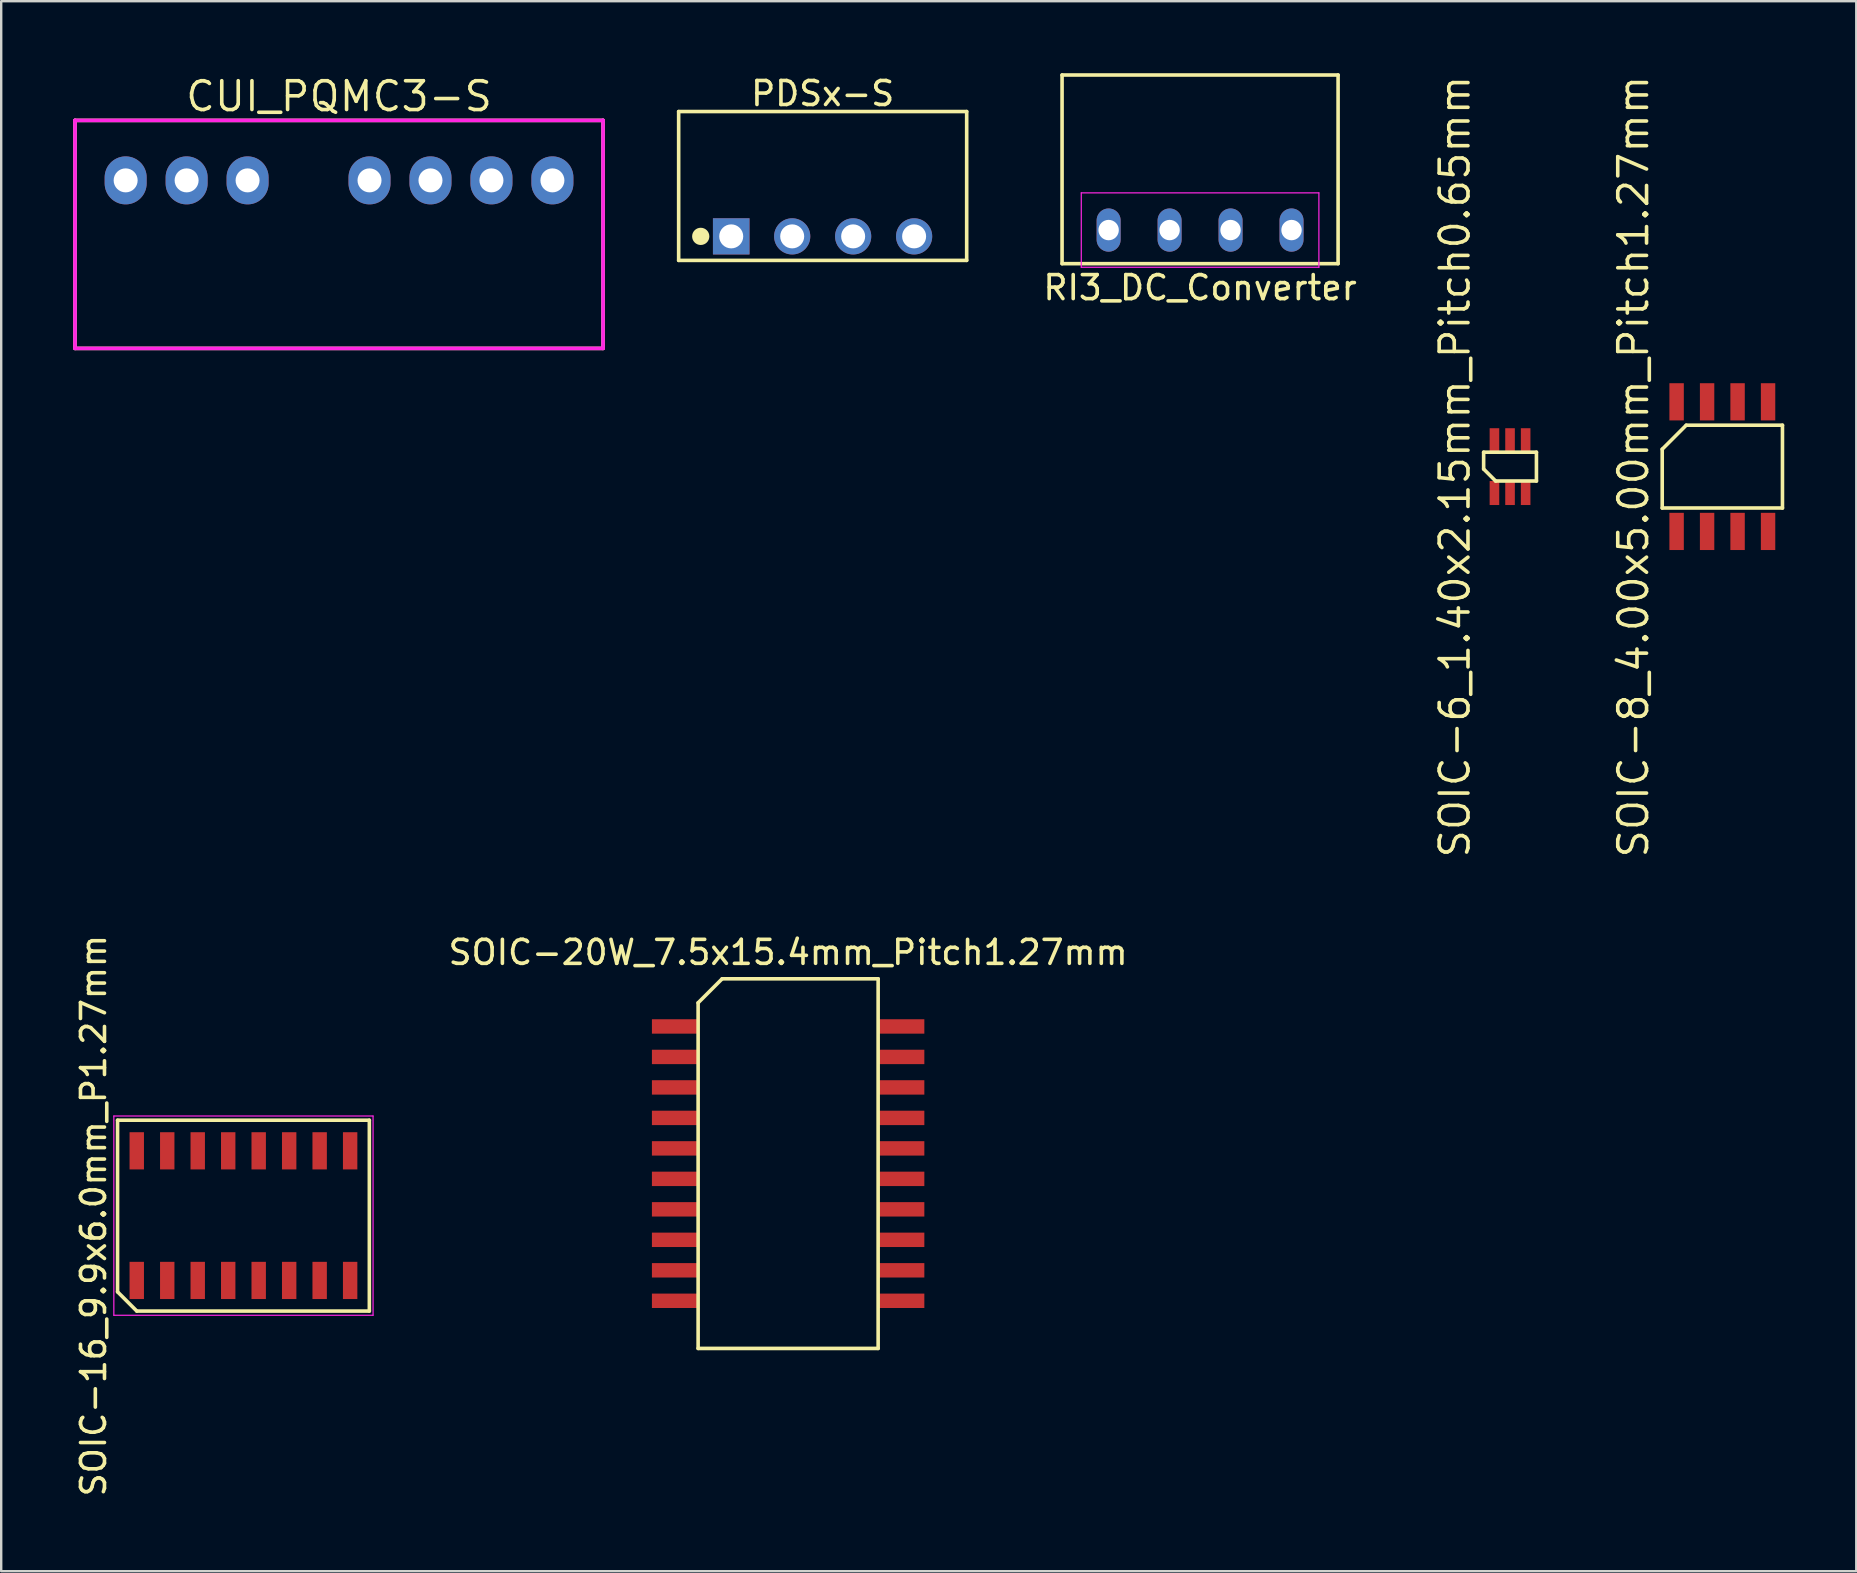
<source format=kicad_pcb>
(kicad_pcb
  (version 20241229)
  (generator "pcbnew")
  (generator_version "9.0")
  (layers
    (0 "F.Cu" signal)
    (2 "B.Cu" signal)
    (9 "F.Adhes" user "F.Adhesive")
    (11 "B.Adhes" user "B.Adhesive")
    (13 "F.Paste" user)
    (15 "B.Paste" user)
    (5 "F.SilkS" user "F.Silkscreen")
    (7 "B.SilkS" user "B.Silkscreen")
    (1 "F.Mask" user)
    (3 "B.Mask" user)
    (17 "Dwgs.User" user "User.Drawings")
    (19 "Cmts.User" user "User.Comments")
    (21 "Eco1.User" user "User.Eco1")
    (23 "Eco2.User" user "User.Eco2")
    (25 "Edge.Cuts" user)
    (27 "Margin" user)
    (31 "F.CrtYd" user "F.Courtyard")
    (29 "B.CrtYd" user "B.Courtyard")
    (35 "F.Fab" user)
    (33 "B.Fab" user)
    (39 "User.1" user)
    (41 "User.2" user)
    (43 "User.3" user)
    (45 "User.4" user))
  (footprint "CUI_PQMC3-S"
    (layer "F.Cu")
    (at 11.075 4.465)
    (property "Reference" "CUI_PQMC3-S" (at 0 -3.5 0) (layer "F.SilkS") (effects (font (size 1.2 1.2) (thickness 0.15))))
    (attr through_hole)
    (fp_line (start -11 -2.5) (end -11 7) (stroke (width 0.15) (type solid)) (layer "F.SilkS"))
    (fp_line (start -11 7) (end 11 7) (stroke (width 0.15) (type solid)) (layer "F.SilkS"))
    (fp_line (start 11 -2.5) (end -11 -2.5) (stroke (width 0.15) (type solid)) (layer "F.SilkS"))
    (fp_line (start 11 7) (end 11 -2.5) (stroke (width 0.15) (type solid)) (layer "F.SilkS"))
    (fp_line (start -11 -2.5) (end -11 7) (stroke (width 0.15) (type solid)) (layer "F.CrtYd"))
    (fp_line (start -11 7) (end 11 7) (stroke (width 0.15) (type solid)) (layer "F.CrtYd"))
    (fp_line (start 11 -2.5) (end -11 -2.5) (stroke (width 0.15) (type solid)) (layer "F.CrtYd"))
    (fp_line (start 11 7) (end 11 -2.5) (stroke (width 0.15) (type solid)) (layer "F.CrtYd"))
    (pad "1" thru_hole oval (at -8.89 0) (size 1.75 2) (drill 1) (layers "*.Cu" "*.Mask"))
    (pad "2" thru_hole oval (at -6.35 0) (size 1.75 2) (drill 1) (layers "*.Cu" "*.Mask"))
    (pad "3" thru_hole oval (at -3.81 0) (size 1.75 2) (drill 1) (layers "*.Cu" "*.Mask"))
    (pad "5" thru_hole oval (at 1.27 0) (size 1.75 2) (drill 1) (layers "*.Cu" "*.Mask"))
    (pad "6" thru_hole oval (at 3.81 0) (size 1.75 2) (drill 1) (layers "*.Cu" "*.Mask"))
    (pad "7" thru_hole oval (at 6.35 0) (size 1.75 2) (drill 1) (layers "*.Cu" "*.Mask"))
    (pad "8" thru_hole oval (at 8.89 0) (size 1.75 2) (drill 1) (layers "*.Cu" "*.Mask")))
  (footprint "PDSx-S"
    (layer "F.Cu")
    (at 31.225 6.798)
    (property "Reference" "PDSx-S" (at 0 -5.95 0) (layer "F.SilkS") (effects (font (size 1 1) (thickness 0.15))))
    (attr through_hole)
    (fp_line (start -6 -5.2) (end -6 1) (stroke (width 0.15) (type solid)) (layer "F.SilkS"))
    (fp_line (start -6 -5.2) (end 6 -5.2) (stroke (width 0.15) (type solid)) (layer "F.SilkS"))
    (fp_line (start -6 1) (end 6 1) (stroke (width 0.15) (type solid)) (layer "F.SilkS"))
    (fp_line (start -5.2 0) (end -5 0) (stroke (width 0.15) (type solid)) (layer "F.SilkS"))
    (fp_line (start 6 -5.2) (end 6 1) (stroke (width 0.15) (type solid)) (layer "F.SilkS"))
    (fp_circle (center -5.08 0) (end -5.334 -0.127) (stroke (width 0.15) (type solid)) (fill no) (layer "F.SilkS"))
    (fp_circle (center -5.08 0) (end -5.207 -0.127) (stroke (width 0.15) (type solid)) (fill no) (layer "F.SilkS"))
    (fp_circle (center -5.08 0) (end -5.207 0) (stroke (width 0.15) (type solid)) (fill no) (layer "F.SilkS"))
    (fp_circle (center -5.08 0) (end -5.08 -0.127) (stroke (width 0.15) (type solid)) (fill no) (layer "F.SilkS"))
    (pad "1" thru_hole rect (at -3.81 0 90) (size 1.508 1.524) (drill 1) (layers "*.Cu" "*.Mask"))
    (pad "2" thru_hole circle (at -1.27 0) (size 1.508 1.508) (drill 1) (layers "*.Cu" "*.Mask"))
    (pad "3" thru_hole circle (at 1.27 0) (size 1.508 1.508) (drill 1) (layers "*.Cu" "*.Mask"))
    (pad "4" thru_hole circle (at 3.81 0) (size 1.508 1.508) (drill 1) (layers "*.Cu" "*.Mask")))
  (footprint "RI3_DC_Converter"
    (layer "F.Cu")
    (at 46.949 6.535)
    (property "Reference" "RI3_DC_Converter" (at 0 2.4 0) (layer "F.SilkS") (effects (font (size 1 1) (thickness 0.15))))
    (attr through_hole)
    (fp_line (start -5.75 -6.46) (end 5.75 -6.46) (stroke (width 0.15) (type solid)) (layer "F.SilkS"))
    (fp_line (start -5.75 1.4) (end -5.75 -6.46) (stroke (width 0.15) (type solid)) (layer "F.SilkS"))
    (fp_line (start 5.75 -6.46) (end 5.75 1.4) (stroke (width 0.15) (type solid)) (layer "F.SilkS"))
    (fp_line (start 5.75 1.4) (end -5.75 1.4) (stroke (width 0.15) (type solid)) (layer "F.SilkS"))
    (fp_line (start -4.95 -1.55) (end 4.95 -1.55) (stroke (width 0.05) (type solid)) (layer "F.CrtYd"))
    (fp_line (start -4.95 1.55) (end -4.95 -1.55) (stroke (width 0.05) (type solid)) (layer "F.CrtYd"))
    (fp_line (start 4.95 -1.55) (end 4.95 1.55) (stroke (width 0.05) (type solid)) (layer "F.CrtYd"))
    (fp_line (start 4.95 1.55) (end -4.95 1.55) (stroke (width 0.05) (type solid)) (layer "F.CrtYd"))
    (pad "1" thru_hole oval (at -3.81 0) (size 1 1.8) (drill 0.85) (layers "*.Cu" "*.Mask"))
    (pad "2" thru_hole oval (at -1.27 0) (size 1 1.8) (drill 0.85) (layers "*.Cu" "*.Mask"))
    (pad "3" thru_hole oval (at 1.27 0) (size 1 1.8) (drill 0.85) (layers "*.Cu" "*.Mask"))
    (pad "4" thru_hole oval (at 3.81 0) (size 1 1.8) (drill 0.85) (layers "*.Cu" "*.Mask")))
  (footprint "SOIC-6_1.40x2.15mm_Pitch0.65mm"
    (layer "F.Cu")
    (at 59.863 16.391)
    (property "Reference" "SOIC-6_1.40x2.15mm_Pitch0.65mm" (at -2.3 0 90) (layer "F.SilkS") (effects (font (size 1.2 1.2) (thickness 0.15))))
    (attr through_hole)
    (fp_line (start -1.1 -0.6) (end 1.1 -0.6) (stroke (width 0.15) (type solid)) (layer "F.SilkS"))
    (fp_line (start -1.1 0.1) (end -1.1 -0.6) (stroke (width 0.15) (type solid)) (layer "F.SilkS"))
    (fp_line (start -0.6 0.6) (end -1.1 0.1) (stroke (width 0.15) (type solid)) (layer "F.SilkS"))
    (fp_line (start 1.1 -0.6) (end 1.1 0.6) (stroke (width 0.15) (type solid)) (layer "F.SilkS"))
    (fp_line (start 1.1 0.6) (end -0.6 0.6) (stroke (width 0.15) (type solid)) (layer "F.SilkS"))
    (pad "1" smd rect (at -0.65 1.1) (size 0.4 1) (layers "F.Cu" "F.Mask" "F.Paste"))
    (pad "2" smd rect (at 0 1.1) (size 0.4 1) (layers "F.Cu" "F.Mask" "F.Paste"))
    (pad "3" smd rect (at 0.65 1.1) (size 0.4 1) (layers "F.Cu" "F.Mask" "F.Paste"))
    (pad "4" smd rect (at 0.65 -1.1) (size 0.4 1) (layers "F.Cu" "F.Mask" "F.Paste"))
    (pad "5" smd rect (at 0 -1.1) (size 0.4 1) (layers "F.Cu" "F.Mask" "F.Paste"))
    (pad "6" smd rect (at -0.65 -1.1) (size 0.4 1) (layers "F.Cu" "F.Mask" "F.Paste")))
  (footprint "SOIC-8_4.00x5.00mm_Pitch1.27mm"
    (layer "F.Cu")
    (at 68.708 16.391)
    (property "Reference" "SOIC-8_4.00x5.00mm_Pitch1.27mm" (at -3.705 0 90) (layer "F.SilkS") (effects (font (size 1.2 1.2) (thickness 0.15))))
    (attr through_hole)
    (fp_line (start -2.505 -0.725) (end -2.505 1.725) (stroke (width 0.15) (type solid)) (layer "F.SilkS"))
    (fp_line (start -2.505 1.725) (end 2.505 1.725) (stroke (width 0.15) (type solid)) (layer "F.SilkS"))
    (fp_line (start -1.505 -1.725) (end -2.505 -0.725) (stroke (width 0.15) (type solid)) (layer "F.SilkS"))
    (fp_line (start 2.505 -1.725) (end -1.505 -1.725) (stroke (width 0.15) (type solid)) (layer "F.SilkS"))
    (fp_line (start 2.505 1.725) (end 2.505 -1.725) (stroke (width 0.15) (type solid)) (layer "F.SilkS"))
    (pad "1" smd rect (at -1.905 2.7) (size 0.6 1.55) (layers "F.Cu" "F.Mask" "F.Paste"))
    (pad "2" smd rect (at -0.635 2.7) (size 0.6 1.55) (layers "F.Cu" "F.Mask" "F.Paste"))
    (pad "3" smd rect (at 0.635 2.7) (size 0.6 1.55) (layers "F.Cu" "F.Mask" "F.Paste"))
    (pad "4" smd rect (at 1.905 2.7) (size 0.6 1.55) (layers "F.Cu" "F.Mask" "F.Paste"))
    (pad "5" smd rect (at 1.905 -2.7) (size 0.6 1.55) (layers "F.Cu" "F.Mask" "F.Paste"))
    (pad "6" smd rect (at 0.635 -2.7) (size 0.6 1.55) (layers "F.Cu" "F.Mask" "F.Paste"))
    (pad "7" smd rect (at -0.635 -2.7) (size 0.6 1.55) (layers "F.Cu" "F.Mask" "F.Paste"))
    (pad "8" smd rect (at -1.905 -2.7) (size 0.6 1.55) (layers "F.Cu" "F.Mask" "F.Paste")))
  (footprint "SOIC-20W_7.5x15.4mm_Pitch1.27mm"
    (layer "F.Cu")
    (at 29.786 45.43)
    (property "Reference" "SOIC-20W_7.5x15.4mm_Pitch1.27mm" (at 0 -8.8 0) (layer "F.SilkS") (effects (font (size 1 1) (thickness 0.15))))
    (attr smd)
    (fp_line (start -3.75 -6.7) (end -2.75 -7.7) (stroke (width 0.15) (type solid)) (layer "F.SilkS"))
    (fp_line (start -3.75 7.7) (end -3.75 -6.7) (stroke (width 0.15) (type solid)) (layer "F.SilkS"))
    (fp_line (start -2.75 -7.7) (end 3.75 -7.7) (stroke (width 0.15) (type solid)) (layer "F.SilkS"))
    (fp_line (start 3.75 -7.7) (end 3.75 7.7) (stroke (width 0.15) (type solid)) (layer "F.SilkS"))
    (fp_line (start 3.75 7.7) (end -3.75 7.7) (stroke (width 0.15) (type solid)) (layer "F.SilkS"))
    (pad "1" smd rect (at -4.7 -5.715) (size 1.95 0.6) (layers "F.Cu" "F.Mask" "F.Paste"))
    (pad "2" smd rect (at -4.7 -4.445) (size 1.95 0.6) (layers "F.Cu" "F.Mask" "F.Paste"))
    (pad "3" smd rect (at -4.7 -3.175) (size 1.95 0.6) (layers "F.Cu" "F.Mask" "F.Paste"))
    (pad "4" smd rect (at -4.7 -1.905) (size 1.95 0.6) (layers "F.Cu" "F.Mask" "F.Paste"))
    (pad "5" smd rect (at -4.7 -0.635) (size 1.95 0.6) (layers "F.Cu" "F.Mask" "F.Paste"))
    (pad "6" smd rect (at -4.7 0.635) (size 1.95 0.6) (layers "F.Cu" "F.Mask" "F.Paste"))
    (pad "7" smd rect (at -4.7 1.905) (size 1.95 0.6) (layers "F.Cu" "F.Mask" "F.Paste"))
    (pad "8" smd rect (at -4.7 3.175) (size 1.95 0.6) (layers "F.Cu" "F.Mask" "F.Paste"))
    (pad "9" smd rect (at -4.7 4.445) (size 1.95 0.6) (layers "F.Cu" "F.Mask" "F.Paste"))
    (pad "10" smd rect (at -4.7 5.715) (size 1.95 0.6) (layers "F.Cu" "F.Mask" "F.Paste"))
    (pad "11" smd rect (at 4.7 5.715) (size 1.95 0.6) (layers "F.Cu" "F.Mask" "F.Paste"))
    (pad "12" smd rect (at 4.7 4.445) (size 1.95 0.6) (layers "F.Cu" "F.Mask" "F.Paste"))
    (pad "13" smd rect (at 4.7 3.175) (size 1.95 0.6) (layers "F.Cu" "F.Mask" "F.Paste"))
    (pad "14" smd rect (at 4.7 1.905) (size 1.95 0.6) (layers "F.Cu" "F.Mask" "F.Paste"))
    (pad "15" smd rect (at 4.7 0.635) (size 1.95 0.6) (layers "F.Cu" "F.Mask" "F.Paste"))
    (pad "16" smd rect (at 4.7 -0.635) (size 1.95 0.6) (layers "F.Cu" "F.Mask" "F.Paste"))
    (pad "17" smd rect (at 4.7 -1.905) (size 1.95 0.6) (layers "F.Cu" "F.Mask" "F.Paste"))
    (pad "18" smd rect (at 4.7 -3.175) (size 1.95 0.6) (layers "F.Cu" "F.Mask" "F.Paste"))
    (pad "19" smd rect (at 4.7 -4.445) (size 1.95 0.6) (layers "F.Cu" "F.Mask" "F.Paste"))
    (pad "20" smd rect (at 4.7 -5.715) (size 1.95 0.6) (layers "F.Cu" "F.Mask" "F.Paste")))
  (footprint "SOIC-16_9.9x6.0mm_P1.27mm"
    (layer "F.Cu")
    (at 7.093 47.597)
    (property "Reference" "SOIC-16_9.9x6.0mm_P1.27mm" (at -6.245 0 90) (layer "F.SilkS") (effects (font (size 1 1) (thickness 0.15))))
    (attr smd)
    (fp_line (start -5.245 -3.975) (end 5.245 -3.975) (stroke (width 0.15) (type solid)) (layer "F.SilkS"))
    (fp_line (start -5.245 3.175) (end -5.245 -3.975) (stroke (width 0.15) (type solid)) (layer "F.SilkS"))
    (fp_line (start -4.445 3.975) (end -5.245 3.175) (stroke (width 0.15) (type solid)) (layer "F.SilkS"))
    (fp_line (start 5.245 -3.975) (end 5.245 3.975) (stroke (width 0.15) (type solid)) (layer "F.SilkS"))
    (fp_line (start 5.245 3.975) (end -4.445 3.975) (stroke (width 0.15) (type solid)) (layer "F.SilkS"))
    (fp_line (start -5.4 -4.15) (end 5.4 -4.15) (stroke (width 0.05) (type solid)) (layer "F.CrtYd"))
    (fp_line (start -5.4 4.15) (end -5.4 -4.15) (stroke (width 0.05) (type solid)) (layer "F.CrtYd"))
    (fp_line (start 5.4 -4.15) (end 5.4 4.15) (stroke (width 0.05) (type solid)) (layer "F.CrtYd"))
    (fp_line (start 5.4 4.15) (end -5.4 4.15) (stroke (width 0.05) (type solid)) (layer "F.CrtYd"))
    (pad "1" smd rect (at -4.445 2.7) (size 0.6 1.55) (layers "F.Cu" "F.Mask" "F.Paste"))
    (pad "2" smd rect (at -3.175 2.7) (size 0.6 1.55) (layers "F.Cu" "F.Mask" "F.Paste"))
    (pad "3" smd rect (at -1.905 2.7) (size 0.6 1.55) (layers "F.Cu" "F.Mask" "F.Paste"))
    (pad "4" smd rect (at -0.635 2.7) (size 0.6 1.55) (layers "F.Cu" "F.Mask" "F.Paste"))
    (pad "5" smd rect (at 0.635 2.7) (size 0.6 1.55) (layers "F.Cu" "F.Mask" "F.Paste"))
    (pad "6" smd rect (at 1.905 2.7) (size 0.6 1.55) (layers "F.Cu" "F.Mask" "F.Paste"))
    (pad "7" smd rect (at 3.175 2.7) (size 0.6 1.55) (layers "F.Cu" "F.Mask" "F.Paste"))
    (pad "8" smd rect (at 4.445 2.7) (size 0.6 1.55) (layers "F.Cu" "F.Mask" "F.Paste"))
    (pad "9" smd rect (at 4.445 -2.7) (size 0.6 1.55) (layers "F.Cu" "F.Mask" "F.Paste"))
    (pad "10" smd rect (at 3.175 -2.7) (size 0.6 1.55) (layers "F.Cu" "F.Mask" "F.Paste"))
    (pad "11" smd rect (at 1.905 -2.7) (size 0.6 1.55) (layers "F.Cu" "F.Mask" "F.Paste"))
    (pad "12" smd rect (at 0.635 -2.7) (size 0.6 1.55) (layers "F.Cu" "F.Mask" "F.Paste"))
    (pad "13" smd rect (at -0.635 -2.7) (size 0.6 1.55) (layers "F.Cu" "F.Mask" "F.Paste"))
    (pad "14" smd rect (at -1.905 -2.7) (size 0.6 1.55) (layers "F.Cu" "F.Mask" "F.Paste"))
    (pad "15" smd rect (at -3.175 -2.7) (size 0.6 1.55) (layers "F.Cu" "F.Mask" "F.Paste"))
    (pad "16" smd rect (at -4.445 -2.7) (size 0.6 1.55) (layers "F.Cu" "F.Mask" "F.Paste")))
  (gr_rect
    (start -3 -3)
    (end 74.288 62.412)
    (stroke (width 0.1) (type default))
    (fill no)
    (layer "Edge.Cuts")))
</source>
